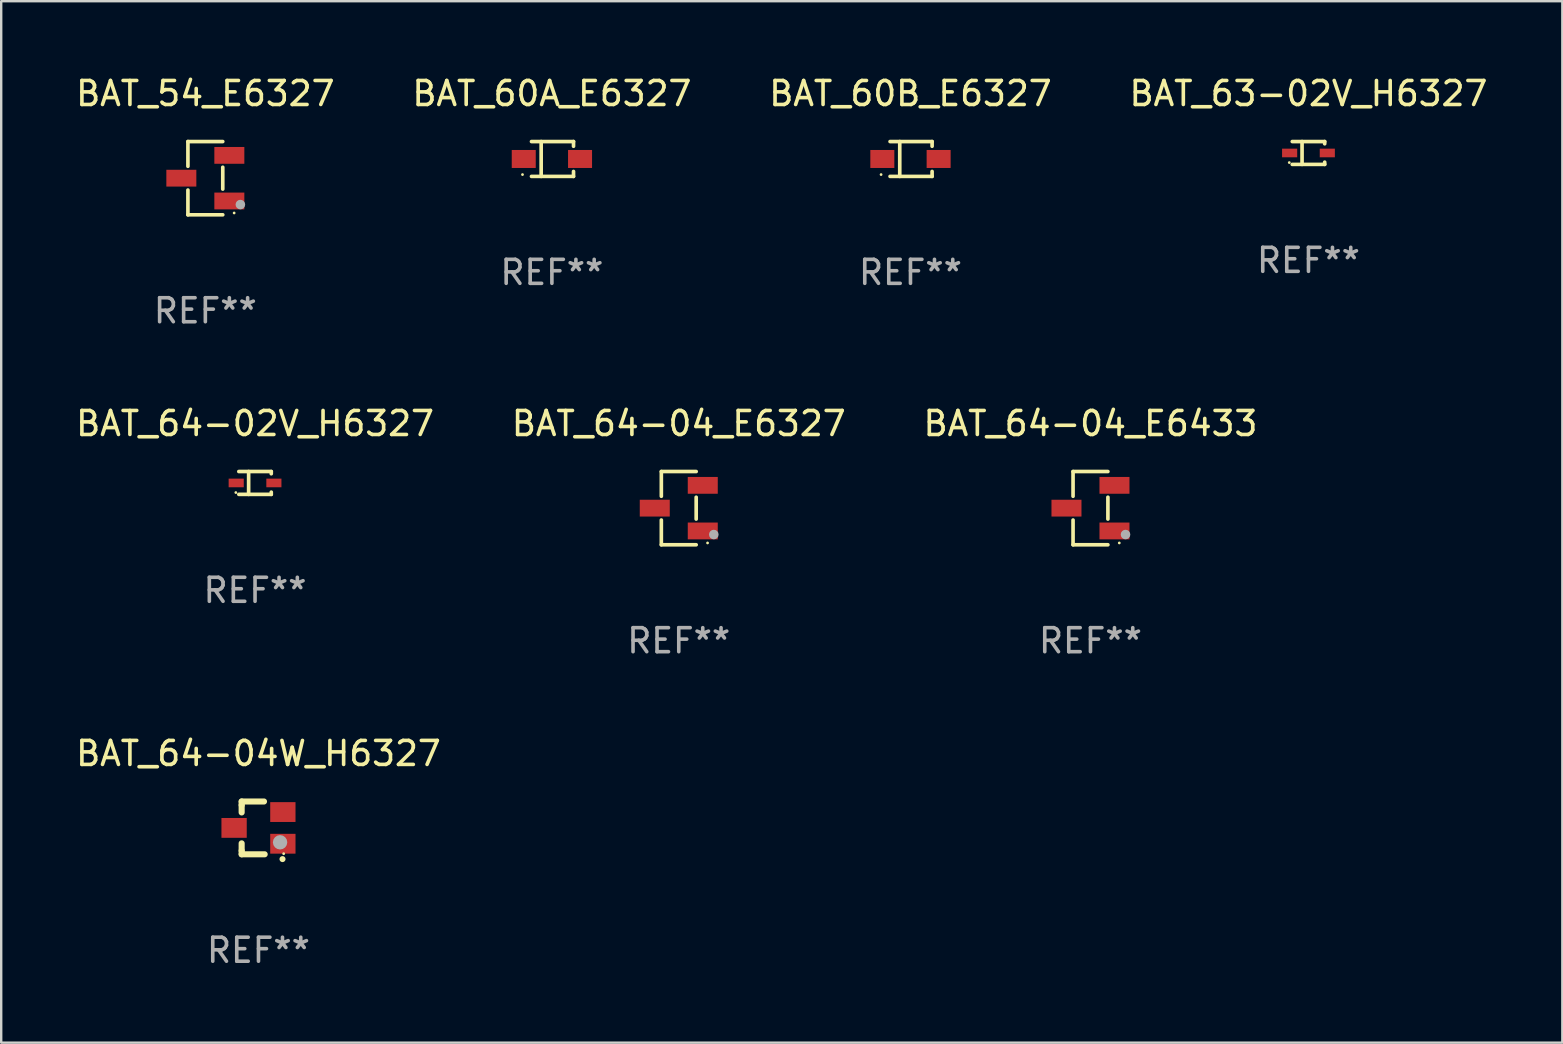
<source format=kicad_pcb>
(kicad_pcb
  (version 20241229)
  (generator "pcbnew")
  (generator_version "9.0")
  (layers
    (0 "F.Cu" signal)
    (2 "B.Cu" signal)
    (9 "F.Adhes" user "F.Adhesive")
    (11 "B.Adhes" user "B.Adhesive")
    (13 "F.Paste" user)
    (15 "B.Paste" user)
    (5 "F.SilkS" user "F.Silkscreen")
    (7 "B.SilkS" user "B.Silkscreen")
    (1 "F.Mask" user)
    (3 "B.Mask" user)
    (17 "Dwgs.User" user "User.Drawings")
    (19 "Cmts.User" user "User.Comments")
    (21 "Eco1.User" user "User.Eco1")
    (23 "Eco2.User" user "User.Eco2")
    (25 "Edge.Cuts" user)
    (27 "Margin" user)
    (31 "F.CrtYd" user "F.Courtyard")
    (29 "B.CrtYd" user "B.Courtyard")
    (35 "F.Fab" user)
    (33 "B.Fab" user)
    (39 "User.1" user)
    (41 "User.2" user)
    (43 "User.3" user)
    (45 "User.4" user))
  (footprint "BAT_64-02V_H6327"
    (layer "F.Cu")
    (at 7.577 17.073)
    (property "Reference" "BAT_64-02V_H6327" (at 0 -2.476 0) (layer "F.SilkS") (effects (font (size 1 1) (thickness 0.15))))
    (attr through_hole)
    (fp_line (start -0.676 -0.476) (end 0.676 -0.476) (stroke (width 0.152) (type solid)) (layer "F.SilkS"))
    (fp_line (start -0.676 0.476) (end 0.676 0.476) (stroke (width 0.152) (type solid)) (layer "F.SilkS"))
    (fp_line (start -0.267 -0.476) (end -0.267 0.476) (stroke (width 0.152) (type solid)) (layer "F.SilkS"))
    (fp_line (start 0.676 -0.476) (end 0.676 -0.383) (stroke (width 0.152) (type solid)) (layer "F.SilkS"))
    (fp_line (start 0.676 0.476) (end 0.676 0.383) (stroke (width 0.152) (type solid)) (layer "F.SilkS"))
    (fp_circle (center -0.8 0.4) (end -0.77 0.4) (stroke (width 0.06) (type solid)) (fill no) (layer "F.SilkS"))
    (fp_text user "REF**" (at 0 4.476 0) (layer "F.Fab") (effects (font (size 1 1) (thickness 0.15))))
    (pad "1" smd rect (at -0.785 0) (size 0.63 0.36) (layers "F.Cu" "F.Mask" "F.Paste"))
    (pad "2" smd rect (at 0.785 0) (size 0.63 0.36) (layers "F.Cu" "F.Mask" "F.Paste")))
  (footprint "BAT_64-04W_H6327"
    (layer "F.Cu")
    (at 7.72 31.446)
    (property "Reference" "BAT_64-04W_H6327" (at 0 -3.1 0) (layer "F.SilkS") (effects (font (size 1 1) (thickness 0.15))))
    (attr through_hole)
    (fp_line (start -0.701 -0.95) (end -0.701 -1.1) (stroke (width 0.254) (type solid)) (layer "F.SilkS"))
    (fp_line (start -0.701 -0.644) (end -0.701 -0.95) (stroke (width 0.254) (type solid)) (layer "F.SilkS"))
    (fp_line (start -0.701 0.95) (end -0.701 0.644) (stroke (width 0.254) (type solid)) (layer "F.SilkS"))
    (fp_line (start -0.701 0.95) (end -0.701 1.1) (stroke (width 0.254) (type solid)) (layer "F.SilkS"))
    (fp_line (start -0.7 -1.1) (end 0.23 -1.1) (stroke (width 0.254) (type solid)) (layer "F.SilkS"))
    (fp_line (start -0.7 1.1) (end 0.258 1.1) (stroke (width 0.254) (type solid)) (layer "F.SilkS"))
    (fp_arc (start 1 1.3) (mid 1.00127 1.299994) (end 1.00254 1.3) (stroke (width 0.24892) (type solid)) (layer "F.SilkS"))
    (fp_circle (center 1.05 1.075) (end 1.08 1.075) (stroke (width 0.06) (type solid)) (fill no) (layer "F.SilkS"))
    (fp_circle (center 0.9 0.6) (end 1.05 0.6) (stroke (width 0.3) (type solid)) (fill no) (layer "F.Fab"))
    (fp_text user "REF**" (at 0 5.1 0) (layer "F.Fab") (effects (font (size 1 1) (thickness 0.15))))
    (pad "1" smd rect (at 1.016 0.66) (size 1.054 0.826) (layers "F.Cu" "F.Mask" "F.Paste"))
    (pad "2" smd rect (at 1.016 -0.66) (size 1.054 0.826) (layers "F.Cu" "F.Mask" "F.Paste"))
    (pad "3" smd rect (at -1.016 0) (size 1.054 0.826) (layers "F.Cu" "F.Mask" "F.Paste")))
  (footprint "BAT_60A_E6327"
    (layer "F.Cu")
    (at 19.946 3.574)
    (property "Reference" "BAT_60A_E6327" (at 0 -2.726 0) (layer "F.SilkS") (effects (font (size 1 1) (thickness 0.15))))
    (attr through_hole)
    (fp_line (start -0.851 -0.726) (end 0.901 -0.726) (stroke (width 0.152) (type solid)) (layer "F.SilkS"))
    (fp_line (start -0.851 0.726) (end 0.901 0.726) (stroke (width 0.152) (type solid)) (layer "F.SilkS"))
    (fp_line (start -0.447 -0.726) (end -0.447 0.726) (stroke (width 0.152) (type solid)) (layer "F.SilkS"))
    (fp_line (start 0.901 -0.726) (end 0.901 -0.53) (stroke (width 0.152) (type solid)) (layer "F.SilkS"))
    (fp_line (start 0.901 0.726) (end 0.901 0.52) (stroke (width 0.152) (type solid)) (layer "F.SilkS"))
    (fp_circle (center -1.225 0.65) (end -1.195 0.65) (stroke (width 0.06) (type solid)) (fill no) (layer "F.SilkS"))
    (fp_text user "REF**" (at 0 4.726 0) (layer "F.Fab") (effects (font (size 1 1) (thickness 0.15))))
    (pad "1" smd rect (at -1.173 0) (size 1 0.75) (layers "F.Cu" "F.Mask" "F.Paste"))
    (pad "2" smd rect (at 1.173 0) (size 1 0.75) (layers "F.Cu" "F.Mask" "F.Paste")))
  (footprint "BAT_64-04_E6433"
    (layer "F.Cu")
    (at 42.387 18.123)
    (property "Reference" "BAT_64-04_E6433" (at 0 -3.526 0) (layer "F.SilkS") (effects (font (size 1 1) (thickness 0.15))))
    (attr through_hole)
    (fp_line (start -0.726 -1.526) (end -0.726 -0.495) (stroke (width 0.152) (type solid)) (layer "F.SilkS"))
    (fp_line (start -0.726 1.526) (end -0.726 0.495) (stroke (width 0.152) (type solid)) (layer "F.SilkS"))
    (fp_line (start 0.726 -1.526) (end -0.726 -1.526) (stroke (width 0.152) (type solid)) (layer "F.SilkS"))
    (fp_line (start 0.726 -0.455) (end 0.726 0.455) (stroke (width 0.152) (type solid)) (layer "F.SilkS"))
    (fp_line (start 0.726 1.526) (end -0.726 1.526) (stroke (width 0.152) (type solid)) (layer "F.SilkS"))
    (fp_circle (center 1.2 1.45) (end 1.23 1.45) (stroke (width 0.06) (type solid)) (fill no) (layer "F.SilkS"))
    (fp_circle (center 1.46 1.1) (end 1.56 1.1) (stroke (width 0.2) (type solid)) (fill no) (layer "F.Fab"))
    (fp_text user "REF**" (at 0 5.526 0) (layer "F.Fab") (effects (font (size 1 1) (thickness 0.15))))
    (pad "1" smd rect (at 1 0.95) (size 1.25 0.7) (layers "F.Cu" "F.Mask" "F.Paste"))
    (pad "2" smd rect (at 1 -0.95) (size 1.25 0.7) (layers "F.Cu" "F.Mask" "F.Paste"))
    (pad "3" smd rect (at -1 0) (size 1.25 0.7) (layers "F.Cu" "F.Mask" "F.Paste")))
  (footprint "BAT_54_E6327"
    (layer "F.Cu")
    (at 5.506 4.374)
    (property "Reference" "BAT_54_E6327" (at 0 -3.526 0) (layer "F.SilkS") (effects (font (size 1 1) (thickness 0.15))))
    (attr through_hole)
    (fp_line (start -0.726 -1.526) (end -0.726 -0.495) (stroke (width 0.152) (type solid)) (layer "F.SilkS"))
    (fp_line (start -0.726 1.526) (end -0.726 0.495) (stroke (width 0.152) (type solid)) (layer "F.SilkS"))
    (fp_line (start 0.726 -1.526) (end -0.726 -1.526) (stroke (width 0.152) (type solid)) (layer "F.SilkS"))
    (fp_line (start 0.726 -0.455) (end 0.726 0.455) (stroke (width 0.152) (type solid)) (layer "F.SilkS"))
    (fp_line (start 0.726 1.526) (end -0.726 1.526) (stroke (width 0.152) (type solid)) (layer "F.SilkS"))
    (fp_circle (center 1.2 1.45) (end 1.23 1.45) (stroke (width 0.06) (type solid)) (fill no) (layer "F.SilkS"))
    (fp_circle (center 1.46 1.1) (end 1.56 1.1) (stroke (width 0.2) (type solid)) (fill no) (layer "F.Fab"))
    (fp_text user "REF**" (at 0 5.526 0) (layer "F.Fab") (effects (font (size 1 1) (thickness 0.15))))
    (pad "1" smd rect (at 1 0.95) (size 1.25 0.7) (layers "F.Cu" "F.Mask" "F.Paste"))
    (pad "2" smd rect (at 1 -0.95) (size 1.25 0.7) (layers "F.Cu" "F.Mask" "F.Paste"))
    (pad "3" smd rect (at -1 0) (size 1.25 0.7) (layers "F.Cu" "F.Mask" "F.Paste")))
  (footprint "BAT_63-02V_H6327"
    (layer "F.Cu")
    (at 51.47 3.324)
    (property "Reference" "BAT_63-02V_H6327" (at 0 -2.476 0) (layer "F.SilkS") (effects (font (size 1 1) (thickness 0.15))))
    (attr through_hole)
    (fp_line (start -0.676 -0.476) (end 0.676 -0.476) (stroke (width 0.152) (type solid)) (layer "F.SilkS"))
    (fp_line (start -0.676 0.476) (end 0.676 0.476) (stroke (width 0.152) (type solid)) (layer "F.SilkS"))
    (fp_line (start -0.267 -0.476) (end -0.267 0.476) (stroke (width 0.152) (type solid)) (layer "F.SilkS"))
    (fp_line (start 0.676 -0.476) (end 0.676 -0.383) (stroke (width 0.152) (type solid)) (layer "F.SilkS"))
    (fp_line (start 0.676 0.476) (end 0.676 0.383) (stroke (width 0.152) (type solid)) (layer "F.SilkS"))
    (fp_circle (center -0.8 0.4) (end -0.77 0.4) (stroke (width 0.06) (type solid)) (fill no) (layer "F.SilkS"))
    (fp_text user "REF**" (at 0 4.476 0) (layer "F.Fab") (effects (font (size 1 1) (thickness 0.15))))
    (pad "1" smd rect (at -0.785 0) (size 0.63 0.36) (layers "F.Cu" "F.Mask" "F.Paste"))
    (pad "2" smd rect (at 0.785 0) (size 0.63 0.36) (layers "F.Cu" "F.Mask" "F.Paste")))
  (footprint "BAT_60B_E6327"
    (layer "F.Cu")
    (at 34.887 3.574)
    (property "Reference" "BAT_60B_E6327" (at 0 -2.726 0) (layer "F.SilkS") (effects (font (size 1 1) (thickness 0.15))))
    (attr through_hole)
    (fp_line (start -0.851 -0.726) (end 0.901 -0.726) (stroke (width 0.152) (type solid)) (layer "F.SilkS"))
    (fp_line (start -0.851 0.726) (end 0.901 0.726) (stroke (width 0.152) (type solid)) (layer "F.SilkS"))
    (fp_line (start -0.447 -0.726) (end -0.447 0.726) (stroke (width 0.152) (type solid)) (layer "F.SilkS"))
    (fp_line (start 0.901 -0.726) (end 0.901 -0.53) (stroke (width 0.152) (type solid)) (layer "F.SilkS"))
    (fp_line (start 0.901 0.726) (end 0.901 0.52) (stroke (width 0.152) (type solid)) (layer "F.SilkS"))
    (fp_circle (center -1.225 0.65) (end -1.195 0.65) (stroke (width 0.06) (type solid)) (fill no) (layer "F.SilkS"))
    (fp_text user "REF**" (at 0 4.726 0) (layer "F.Fab") (effects (font (size 1 1) (thickness 0.15))))
    (pad "1" smd rect (at -1.173 0) (size 1 0.75) (layers "F.Cu" "F.Mask" "F.Paste"))
    (pad "2" smd rect (at 1.173 0) (size 1 0.75) (layers "F.Cu" "F.Mask" "F.Paste")))
  (footprint "BAT_64-04_E6327"
    (layer "F.Cu")
    (at 25.232 18.123)
    (property "Reference" "BAT_64-04_E6327" (at 0 -3.526 0) (layer "F.SilkS") (effects (font (size 1 1) (thickness 0.15))))
    (attr through_hole)
    (fp_line (start -0.726 -1.526) (end -0.726 -0.495) (stroke (width 0.152) (type solid)) (layer "F.SilkS"))
    (fp_line (start -0.726 1.526) (end -0.726 0.495) (stroke (width 0.152) (type solid)) (layer "F.SilkS"))
    (fp_line (start 0.726 -1.526) (end -0.726 -1.526) (stroke (width 0.152) (type solid)) (layer "F.SilkS"))
    (fp_line (start 0.726 -0.455) (end 0.726 0.455) (stroke (width 0.152) (type solid)) (layer "F.SilkS"))
    (fp_line (start 0.726 1.526) (end -0.726 1.526) (stroke (width 0.152) (type solid)) (layer "F.SilkS"))
    (fp_circle (center 1.2 1.45) (end 1.23 1.45) (stroke (width 0.06) (type solid)) (fill no) (layer "F.SilkS"))
    (fp_circle (center 1.46 1.1) (end 1.56 1.1) (stroke (width 0.2) (type solid)) (fill no) (layer "F.Fab"))
    (fp_text user "REF**" (at 0 5.526 0) (layer "F.Fab") (effects (font (size 1 1) (thickness 0.15))))
    (pad "1" smd rect (at 1 0.95) (size 1.25 0.7) (layers "F.Cu" "F.Mask" "F.Paste"))
    (pad "2" smd rect (at 1 -0.95) (size 1.25 0.7) (layers "F.Cu" "F.Mask" "F.Paste"))
    (pad "3" smd rect (at -1 0) (size 1.25 0.7) (layers "F.Cu" "F.Mask" "F.Paste")))
  (gr_rect
    (start -3 -3)
    (end 62.048 40.394)
    (stroke (width 0.1) (type default))
    (fill no)
    (layer "Edge.Cuts")))
</source>
